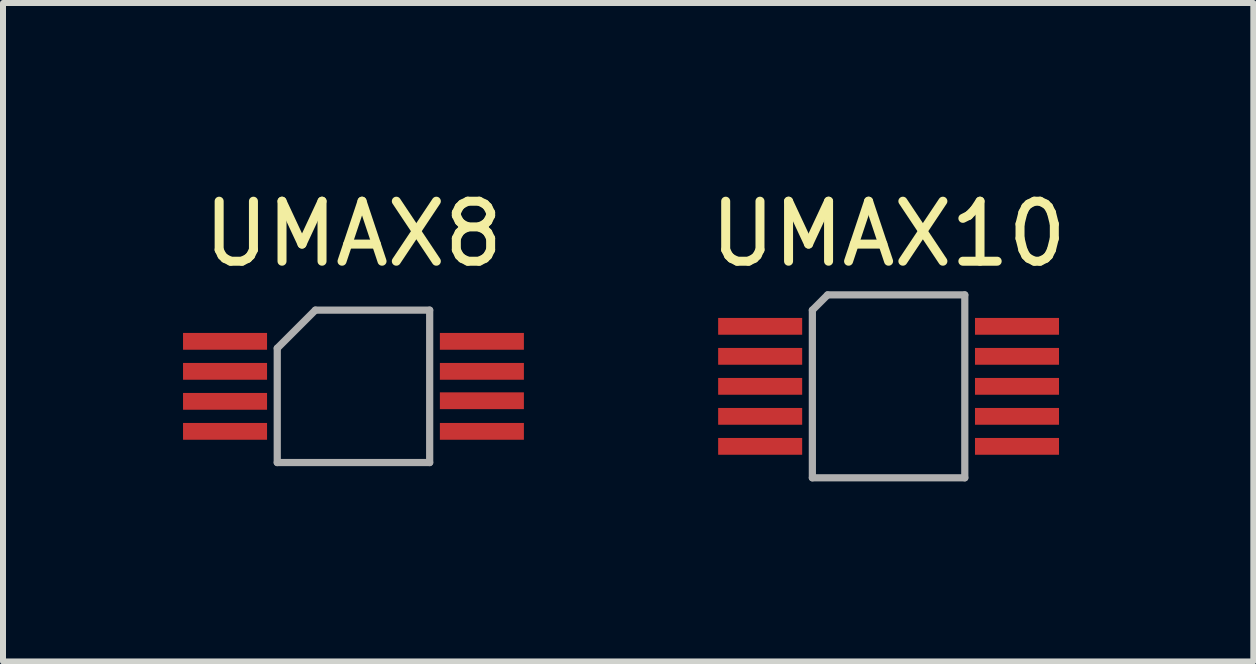
<source format=kicad_pcb>
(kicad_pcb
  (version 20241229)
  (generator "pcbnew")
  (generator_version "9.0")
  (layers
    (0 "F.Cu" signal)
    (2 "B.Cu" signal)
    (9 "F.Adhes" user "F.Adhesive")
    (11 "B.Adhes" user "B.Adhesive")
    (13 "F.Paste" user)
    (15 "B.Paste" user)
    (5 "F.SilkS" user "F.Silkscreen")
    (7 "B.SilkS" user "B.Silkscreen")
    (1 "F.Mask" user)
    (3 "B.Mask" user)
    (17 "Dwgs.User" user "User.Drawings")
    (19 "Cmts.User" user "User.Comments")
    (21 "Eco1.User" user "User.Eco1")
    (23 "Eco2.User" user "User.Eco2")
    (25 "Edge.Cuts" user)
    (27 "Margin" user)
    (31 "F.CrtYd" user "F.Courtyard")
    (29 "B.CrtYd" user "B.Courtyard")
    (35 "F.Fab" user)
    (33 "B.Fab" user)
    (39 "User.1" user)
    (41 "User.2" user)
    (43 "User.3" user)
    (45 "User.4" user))
  (footprint "UMAX10"
    (layer "F.Cu")
    (at 11.757 3.388)
    (property "Reference" "UMAX10" (at 0 -2.54 0) (layer "F.SilkS") (effects (font (size 1 1) (thickness 0.15))))
    (attr through_hole)
    (fp_line (start -1.27 -1.27) (end -1.016 -1.524) (stroke (width 0.12) (type solid)) (layer "F.Fab"))
    (fp_line (start -1.27 1.524) (end -1.27 -1.27) (stroke (width 0.12) (type solid)) (layer "F.Fab"))
    (fp_line (start -1.016 -1.524) (end 1.27 -1.524) (stroke (width 0.12) (type solid)) (layer "F.Fab"))
    (fp_line (start 1.27 -1.524) (end 1.27 1.524) (stroke (width 0.12) (type solid)) (layer "F.Fab"))
    (fp_line (start 1.27 1.524) (end -1.27 1.524) (stroke (width 0.12) (type solid)) (layer "F.Fab"))
    (pad "1" smd rect (at -2.14 -1) (size 1.4 0.28) (layers "F.Cu" "F.Mask" "F.Paste"))
    (pad "2" smd rect (at -2.14 -0.5) (size 1.4 0.28) (layers "F.Cu" "F.Mask" "F.Paste"))
    (pad "3" smd rect (at -2.14 0) (size 1.4 0.28) (layers "F.Cu" "F.Mask" "F.Paste"))
    (pad "4" smd rect (at -2.14 0.5) (size 1.4 0.28) (layers "F.Cu" "F.Mask" "F.Paste"))
    (pad "5" smd rect (at -2.14 1) (size 1.4 0.28) (layers "F.Cu" "F.Mask" "F.Paste"))
    (pad "6" smd rect (at 2.14 1) (size 1.4 0.28) (layers "F.Cu" "F.Mask" "F.Paste"))
    (pad "7" smd rect (at 2.14 0.5) (size 1.4 0.28) (layers "F.Cu" "F.Mask" "F.Paste"))
    (pad "8" smd rect (at 2.14 0) (size 1.4 0.28) (layers "F.Cu" "F.Mask" "F.Paste"))
    (pad "9" smd rect (at 2.14 -0.5) (size 1.4 0.28) (layers "F.Cu" "F.Mask" "F.Paste"))
    (pad "10" smd rect (at 2.14 -1) (size 1.4 0.28) (layers "F.Cu" "F.Mask" "F.Paste")))
  (footprint "UMAX8"
    (layer "F.Cu")
    (at 2.84 3.388)
    (property "Reference" "UMAX8" (at 0 -2.54 0) (layer "F.SilkS") (effects (font (size 1 1) (thickness 0.15))))
    (attr through_hole)
    (fp_line (start -1.27 -0.635) (end -0.635 -1.27) (stroke (width 0.12) (type solid)) (layer "F.Fab"))
    (fp_line (start -1.27 1.27) (end -1.27 -0.635) (stroke (width 0.12) (type solid)) (layer "F.Fab"))
    (fp_line (start -0.635 -1.27) (end 1.27 -1.27) (stroke (width 0.12) (type solid)) (layer "F.Fab"))
    (fp_line (start 1.27 -1.27) (end 1.27 1.27) (stroke (width 0.12) (type solid)) (layer "F.Fab"))
    (fp_line (start 1.27 1.27) (end -1.27 1.27) (stroke (width 0.12) (type solid)) (layer "F.Fab"))
    (pad "1" smd rect (at -2.14 -0.75) (size 1.4 0.28) (layers "F.Cu" "F.Mask" "F.Paste"))
    (pad "2" smd rect (at -2.14 -0.25) (size 1.4 0.28) (layers "F.Cu" "F.Mask" "F.Paste"))
    (pad "3" smd rect (at -2.14 0.25) (size 1.4 0.28) (layers "F.Cu" "F.Mask" "F.Paste"))
    (pad "4" smd rect (at -2.14 0.75) (size 1.4 0.28) (layers "F.Cu" "F.Mask" "F.Paste"))
    (pad "5" smd rect (at 2.14 0.75) (size 1.4 0.28) (layers "F.Cu" "F.Mask" "F.Paste"))
    (pad "6" smd rect (at 2.14 0.24) (size 1.4 0.28) (layers "F.Cu" "F.Mask" "F.Paste"))
    (pad "7" smd rect (at 2.14 -0.25) (size 1.4 0.28) (layers "F.Cu" "F.Mask" "F.Paste"))
    (pad "8" smd rect (at 2.14 -0.75) (size 1.4 0.28) (layers "F.Cu" "F.Mask" "F.Paste")))
  (gr_rect
    (start -3 -3)
    (end 17.835 7.972)
    (stroke (width 0.1) (type default))
    (fill no)
    (layer "Edge.Cuts")))
</source>
